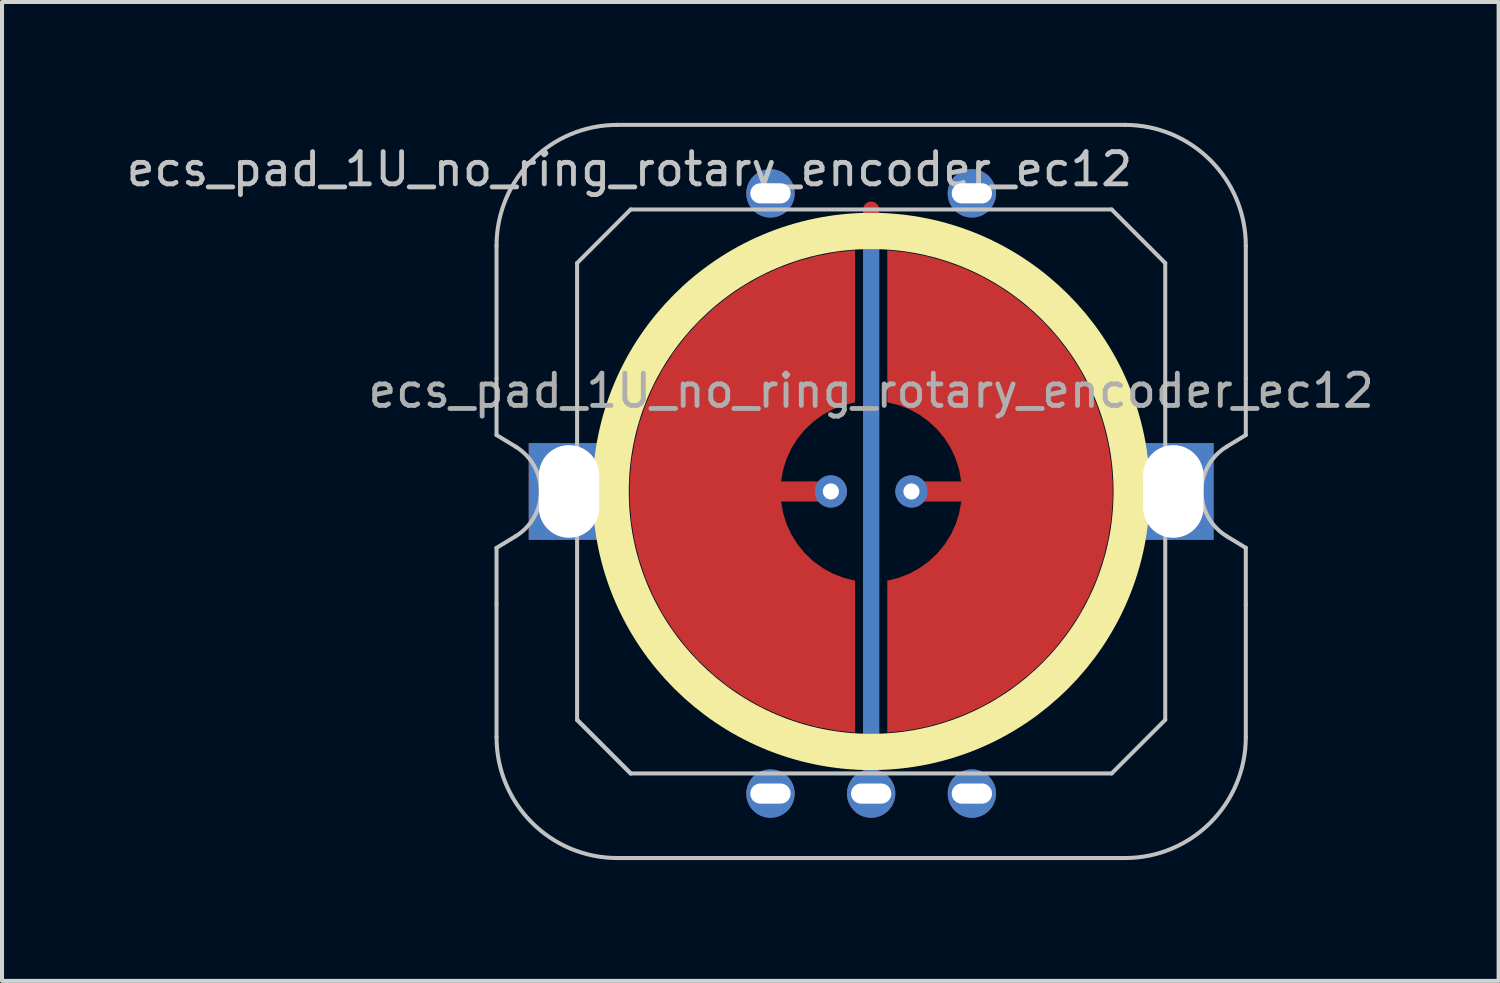
<source format=kicad_pcb>
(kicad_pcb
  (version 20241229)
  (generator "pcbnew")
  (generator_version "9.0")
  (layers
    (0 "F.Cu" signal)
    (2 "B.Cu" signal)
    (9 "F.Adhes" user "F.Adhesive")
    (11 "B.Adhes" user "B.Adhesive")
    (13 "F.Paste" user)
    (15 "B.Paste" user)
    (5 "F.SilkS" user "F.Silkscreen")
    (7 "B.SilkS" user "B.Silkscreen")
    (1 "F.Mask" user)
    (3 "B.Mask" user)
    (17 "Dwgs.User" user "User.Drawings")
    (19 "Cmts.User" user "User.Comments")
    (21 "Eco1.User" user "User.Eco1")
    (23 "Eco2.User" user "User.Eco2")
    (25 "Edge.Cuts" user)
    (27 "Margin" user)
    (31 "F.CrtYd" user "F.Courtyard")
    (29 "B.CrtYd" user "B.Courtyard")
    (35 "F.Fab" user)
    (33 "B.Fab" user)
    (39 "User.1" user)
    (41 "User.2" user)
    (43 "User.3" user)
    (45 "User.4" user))
  (footprint "ecs_pad_1U_no_ring_rotary_encoder_ec12"
    (layer "F.Cu")
    (at 18.576 9.15)
    (property "Reference" "ecs_pad_1U_no_ring_rotary_encoder_ec12" (at -6 -8 0) (layer "Dwgs.User") (effects (font (size 0.8 0.8) (thickness 0.12))))
    (attr smd)
    (fp_circle (center 0 0) (end 6.467 0) (stroke (width 0.9) (type solid)) (fill no) (layer "F.SilkS"))
    (fp_line (start -9.3 -2.805) (end -9.3 -6.1) (stroke (width 0.1) (type solid)) (layer "Dwgs.User"))
    (fp_line (start -9.3 -1.4) (end -9.3 -2.805) (stroke (width 0.1) (type solid)) (layer "Dwgs.User"))
    (fp_line (start -9.3 1.4) (end -8.824 1.111) (stroke (width 0.1) (type solid)) (layer "Dwgs.User"))
    (fp_line (start -9.3 2.805) (end -9.3 1.4) (stroke (width 0.1) (type solid)) (layer "Dwgs.User"))
    (fp_line (start -9.3 6.1) (end -9.3 2.805) (stroke (width 0.1) (type solid)) (layer "Dwgs.User"))
    (fp_line (start -8.824 -1.111) (end -9.3 -1.4) (stroke (width 0.1) (type solid)) (layer "Dwgs.User"))
    (fp_line (start -7.3 -5.67) (end -5.97 -7) (stroke (width 0.1) (type solid)) (layer "Dwgs.User"))
    (fp_line (start -7.3 5.67) (end -7.3 -5.67) (stroke (width 0.1) (type solid)) (layer "Dwgs.User"))
    (fp_line (start -7.3 5.67) (end -5.97 7) (stroke (width 0.1) (type solid)) (layer "Dwgs.User"))
    (fp_line (start -6.3 -9.1) (end 6.3 -9.1) (stroke (width 0.1) (type solid)) (layer "Dwgs.User"))
    (fp_line (start -5.97 -7) (end 5.97 -7) (stroke (width 0.1) (type solid)) (layer "Dwgs.User"))
    (fp_line (start -5.97 7) (end -7.3 5.67) (stroke (width 0.1) (type solid)) (layer "Dwgs.User"))
    (fp_line (start 5.97 -7) (end 7.3 -5.67) (stroke (width 0.1) (type solid)) (layer "Dwgs.User"))
    (fp_line (start 5.97 7) (end -5.97 7) (stroke (width 0.1) (type solid)) (layer "Dwgs.User"))
    (fp_line (start 6.3 9.1) (end -6.3 9.1) (stroke (width 0.1) (type solid)) (layer "Dwgs.User"))
    (fp_line (start 7.3 -5.67) (end 7.3 5.67) (stroke (width 0.1) (type solid)) (layer "Dwgs.User"))
    (fp_line (start 7.3 5.67) (end 5.97 7) (stroke (width 0.1) (type solid)) (layer "Dwgs.User"))
    (fp_line (start 8.824 1.111) (end 9.3 1.4) (stroke (width 0.1) (type solid)) (layer "Dwgs.User"))
    (fp_line (start 9.3 -6.1) (end 9.3 -2.805) (stroke (width 0.1) (type solid)) (layer "Dwgs.User"))
    (fp_line (start 9.3 -2.805) (end 9.3 -1.4) (stroke (width 0.1) (type solid)) (layer "Dwgs.User"))
    (fp_line (start 9.3 -1.4) (end 8.824 -1.111) (stroke (width 0.1) (type solid)) (layer "Dwgs.User"))
    (fp_line (start 9.3 1.4) (end 9.3 2.805) (stroke (width 0.1) (type solid)) (layer "Dwgs.User"))
    (fp_line (start 9.3 2.805) (end 9.3 6.1) (stroke (width 0.1) (type solid)) (layer "Dwgs.User"))
    (fp_arc (start -9.3 -6.1) (mid -8.42132 -8.22132) (end -6.3 -9.1) (stroke (width 0.1) (type solid)) (layer "Dwgs.User"))
    (fp_arc (start -8.824333 -1.110619) (mid -8.2 0) (end -8.824333 1.110619) (stroke (width 0.1) (type solid)) (layer "Dwgs.User"))
    (fp_arc (start -6.3 9.1) (mid -8.42132 8.22132) (end -9.3 6.1) (stroke (width 0.1) (type solid)) (layer "Dwgs.User"))
    (fp_arc (start 6.3 -9.1) (mid 8.42132 -8.22132) (end 9.3 -6.1) (stroke (width 0.1) (type solid)) (layer "Dwgs.User"))
    (fp_arc (start 8.824333 1.110619) (mid 8.2 0) (end 8.824333 -1.110619) (stroke (width 0.1) (type solid)) (layer "Dwgs.User"))
    (fp_arc (start 9.3 6.1) (mid 8.42132 8.22132) (end 6.3 9.1) (stroke (width 0.1) (type solid)) (layer "Dwgs.User"))
    (fp_text user "${REFERENCE}" (at 0 -2.5 0) (layer "F.Fab") (effects (font (size 0.8 0.8) (thickness 0.12))))
    (pad "" thru_hole rect (at -7.5 0 270) (size 2.4 2) (drill oval 2.3 1.5) (layers "*.Cu" "*.Mask"))
    (pad "" thru_hole rect (at 7.5 0 270) (size 2.4 2) (drill oval 2.3 1.5) (layers "*.Cu" "*.Mask"))
    (pad "1" thru_hole circle (at -2.5 -7.4) (size 1.2 1.2) (drill oval 1 0.5) (layers "*.Cu" "F.Mask"))
    (pad "1" smd custom (at -1 0) (size 0.4 0.4) (layers "F.Cu") (options (anchor circle)) (primitives (gr_poly (pts (xy 0.6 -2.214) (xy 0.32 -2.145) (xy 0.052 -2.041) (xy -0.201 -1.903) (xy -0.434 -1.734) (xy -0.644 -1.536) (xy -0.826 -1.314) (xy -0.979 -1.07) (xy -1.1 -0.808) (xy -1.186 -0.534) (xy -1.236 -0.25) (xy 0 -0.25) (xy 0.096 -0.231) (xy 0.177 -0.177) (xy 0.231 -0.096) (xy 0.25 0) (xy 0.231 0.096) (xy 0.177 0.177) (xy 0.096 0.231) (xy 0 0.25) (xy -1.236 0.25) (xy -1.186 0.534) (xy -1.1 0.808) (xy -0.979 1.07) (xy -0.826 1.314) (xy -0.644 1.536) (xy -0.434 1.734) (xy -0.201 1.903) (xy 0.052 2.041) (xy 0.32 2.145) (xy 0.6 2.214) (xy 0.6 5.987) (xy 0.115 5.934) (xy -0.364 5.843) (xy -0.834 5.713) (xy -1.292 5.545) (xy -1.735 5.341) (xy -2.159 5.101) (xy -2.563 4.827) (xy -2.943 4.522) (xy -3.298 4.187) (xy -3.623 3.824) (xy -3.919 3.436) (xy -4.182 3.025) (xy -4.41 2.594) (xy -4.603 2.147) (xy -4.759 1.684) (xy -4.876 1.211) (xy -4.955 0.73) (xy -4.995 0.244) (xy -4.995 -0.244) (xy -4.955 -0.73) (xy -4.876 -1.211) (xy -4.759 -1.684) (xy -4.603 -2.147) (xy -4.41 -2.594) (xy -4.182 -3.025) (xy -3.919 -3.436) (xy -3.623 -3.824) (xy -3.298 -4.187) (xy -2.943 -4.522) (xy -2.563 -4.827) (xy -2.159 -5.101) (xy -1.735 -5.341) (xy -1.292 -5.545) (xy -0.834 -5.713) (xy -0.364 -5.843) (xy 0.115 -5.934) (xy 0.6 -5.987)) (width 0) (fill yes))))
    (pad "1" thru_hole circle (at -1 0) (size 0.8 0.8) (drill 0.4) (layers "*.Cu"))
    (pad "2" smd custom (at 1 0 180) (size 0.4 0.4) (layers "F.Cu") (options (anchor circle)) (primitives (gr_poly (pts (xy 0.6 -2.214) (xy 0.32 -2.145) (xy 0.052 -2.041) (xy -0.201 -1.903) (xy -0.434 -1.734) (xy -0.644 -1.536) (xy -0.826 -1.314) (xy -0.979 -1.07) (xy -1.1 -0.808) (xy -1.186 -0.534) (xy -1.236 -0.25) (xy 0 -0.25) (xy 0.096 -0.231) (xy 0.177 -0.177) (xy 0.231 -0.096) (xy 0.25 0) (xy 0.231 0.096) (xy 0.177 0.177) (xy 0.096 0.231) (xy 0 0.25) (xy -1.236 0.25) (xy -1.186 0.534) (xy -1.1 0.808) (xy -0.979 1.07) (xy -0.826 1.314) (xy -0.644 1.536) (xy -0.434 1.734) (xy -0.201 1.903) (xy 0.052 2.041) (xy 0.32 2.145) (xy 0.6 2.214) (xy 0.6 5.987) (xy 0.115 5.934) (xy -0.364 5.843) (xy -0.834 5.713) (xy -1.292 5.545) (xy -1.735 5.341) (xy -2.159 5.101) (xy -2.563 4.827) (xy -2.943 4.522) (xy -3.298 4.187) (xy -3.623 3.824) (xy -3.919 3.436) (xy -4.182 3.025) (xy -4.41 2.594) (xy -4.603 2.147) (xy -4.759 1.684) (xy -4.876 1.211) (xy -4.955 0.73) (xy -4.995 0.244) (xy -4.995 -0.244) (xy -4.955 -0.73) (xy -4.876 -1.211) (xy -4.759 -1.684) (xy -4.603 -2.147) (xy -4.41 -2.594) (xy -4.182 -3.025) (xy -3.919 -3.436) (xy -3.623 -3.824) (xy -3.298 -4.187) (xy -2.943 -4.522) (xy -2.563 -4.827) (xy -2.159 -5.101) (xy -1.735 -5.341) (xy -1.292 -5.545) (xy -0.834 -5.713) (xy -0.364 -5.843) (xy 0.115 -5.934) (xy 0.6 -5.987)) (width 0) (fill yes))))
    (pad "2" thru_hole circle (at 1 0) (size 0.8 0.8) (drill 0.4) (layers "*.Cu"))
    (pad "2" thru_hole circle (at 2.5 -7.4) (size 1.2 1.2) (drill oval 1 0.5) (layers "*.Cu" "F.Mask"))
    (pad "3" smd custom (at 0 0) (size 0.4 0.4) (layers "F.Cu") (options (anchor rect)) (primitives (gr_line (start 0 -7) (end 0 7) (width 0.4))))
    (pad "3" smd custom (at 0 0) (size 0.4 0.4) (layers "B.Cu") (options (anchor rect)) (primitives (gr_line (start 0 -6.5) (end 0 6.5) (width 0.4))))
    (pad "A" thru_hole circle (at 2.5 7.5) (size 1.2 1.2) (drill oval 1 0.5) (layers "*.Cu" "F.Mask"))
    (pad "B" thru_hole circle (at -2.5 7.5) (size 1.2 1.2) (drill oval 1 0.5) (layers "*.Cu" "F.Mask"))
    (pad "C" thru_hole circle (at 0 7.5) (size 1.2 1.2) (drill oval 1 0.5) (layers "*.Cu" "F.Mask"))
    (zone (net_name "") (layer "F.Cu") (hatch edge 0.508) (connect_pads) (min_thickness 0.254) (filled_areas_thickness no) (keepout (tracks allowed) (vias allowed) (pads allowed) (copperpour not_allowed) (footprints allowed)) (placement (enabled no)) (fill) (polygon (pts (xy 25.581 9.15) (xy 25.562 8.637) (xy 25.506 8.127) (xy 25.412 7.622) (xy 25.282 7.125) (xy 25.116 6.64) (xy 24.914 6.167) (xy 24.679 5.711) (xy 24.411 5.274) (xy 24.111 4.857) (xy 23.782 4.463) (xy 23.425 4.094) (xy 23.041 3.753) (xy 22.634 3.44) (xy 22.205 3.158) (xy 21.756 2.909) (xy 21.291 2.692) (xy 20.81 2.511) (xy 20.318 2.365) (xy 19.817 2.256) (xy 19.308 2.183) (xy 18.796 2.149) (xy 18.283 2.151) (xy 17.771 2.192) (xy 17.264 2.269) (xy 16.763 2.384) (xy 16.273 2.535) (xy 15.794 2.721) (xy 15.331 2.942) (xy 14.885 3.197) (xy 14.459 3.483) (xy 14.055 3.8) (xy 13.675 4.145) (xy 13.322 4.518) (xy 12.997 4.915) (xy 12.701 5.335) (xy 12.438 5.775) (xy 12.207 6.234) (xy 12.011 6.708) (xy 11.849 7.196) (xy 11.724 7.694) (xy 11.636 8.199) (xy 11.585 8.71) (xy 11.572 9.223) (xy 11.596 9.736) (xy 11.658 10.246) (xy 11.756 10.75) (xy 11.892 11.245) (xy 12.063 11.729) (xy 12.27 12.199) (xy 12.51 12.652) (xy 12.783 13.087) (xy 13.086 13.501) (xy 13.42 13.891) (xy 13.781 14.256) (xy 14.168 14.594) (xy 14.578 14.902) (xy 15.01 15.179) (xy 15.462 15.424) (xy 15.929 15.636) (xy 16.412 15.812) (xy 16.905 15.953) (xy 17.408 16.057) (xy 17.917 16.124) (xy 18.429 16.153) (xy 18.943 16.145) (xy 19.454 16.1) (xy 19.961 16.017) (xy 20.46 15.897) (xy 20.949 15.741) (xy 21.425 15.549) (xy 21.886 15.323) (xy 22.33 15.064) (xy 22.753 14.774) (xy 23.153 14.453) (xy 23.529 14.103) (xy 23.879 13.727) (xy 24.2 13.326) (xy 24.491 12.903) (xy 24.75 12.46) (xy 24.975 11.999) (xy 25.167 11.523) (xy 25.323 11.034) (xy 25.443 10.535) (xy 25.526 10.028) (xy 25.571 9.517))))
    (zone (net_name "") (layer "B.Cu") (hatch edge 0.508) (connect_pads) (min_thickness 0.254) (filled_areas_thickness no) (keepout (tracks allowed) (vias allowed) (pads allowed) (copperpour not_allowed) (footprints allowed)) (placement (enabled no)) (fill) (polygon (pts (xy 25.134 9.15) (xy 25.114 8.635) (xy 25.054 8.124) (xy 24.953 7.619) (xy 24.813 7.123) (xy 24.635 6.64) (xy 24.42 6.173) (xy 24.168 5.723) (xy 23.882 5.295) (xy 23.563 4.891) (xy 23.214 4.513) (xy 22.835 4.163) (xy 22.431 3.844) (xy 22.003 3.558) (xy 21.554 3.307) (xy 21.086 3.091) (xy 20.603 2.913) (xy 20.107 2.773) (xy 19.602 2.672) (xy 19.091 2.612) (xy 18.576 2.592) (xy 18.062 2.612) (xy 17.55 2.672) (xy 17.045 2.773) (xy 16.55 2.913) (xy 16.066 3.091) (xy 15.599 3.307) (xy 15.15 3.558) (xy 14.721 3.844) (xy 14.317 4.163) (xy 13.939 4.513) (xy 13.589 4.891) (xy 13.27 5.295) (xy 12.984 5.723) (xy 12.733 6.173) (xy 12.517 6.64) (xy 12.339 7.123) (xy 12.199 7.619) (xy 12.099 8.124) (xy 12.038 8.635) (xy 12.018 9.15) (xy 12.038 9.665) (xy 12.099 10.176) (xy 12.199 10.681) (xy 12.339 11.177) (xy 12.517 11.66) (xy 12.733 12.127) (xy 12.984 12.577) (xy 13.27 13.005) (xy 13.589 13.409) (xy 13.939 13.787) (xy 14.317 14.137) (xy 14.721 14.456) (xy 15.15 14.742) (xy 15.599 14.993) (xy 16.066 15.209) (xy 16.55 15.387) (xy 17.045 15.527) (xy 17.55 15.628) (xy 18.062 15.688) (xy 18.576 15.708) (xy 19.091 15.688) (xy 19.602 15.628) (xy 20.107 15.527) (xy 20.603 15.387) (xy 21.086 15.209) (xy 21.554 14.993) (xy 22.003 14.742) (xy 22.431 14.456) (xy 22.835 14.137) (xy 23.214 13.787) (xy 23.563 13.409) (xy 23.882 13.005) (xy 24.168 12.577) (xy 24.42 12.127) (xy 24.635 11.66) (xy 24.813 11.177) (xy 24.953 10.681) (xy 25.054 10.176) (xy 25.114 9.665)))))
  (gr_rect
    (start -3 -3)
    (end 34.152 21.3)
    (stroke (width 0.1) (type default))
    (fill no)
    (layer "Edge.Cuts")))
</source>
